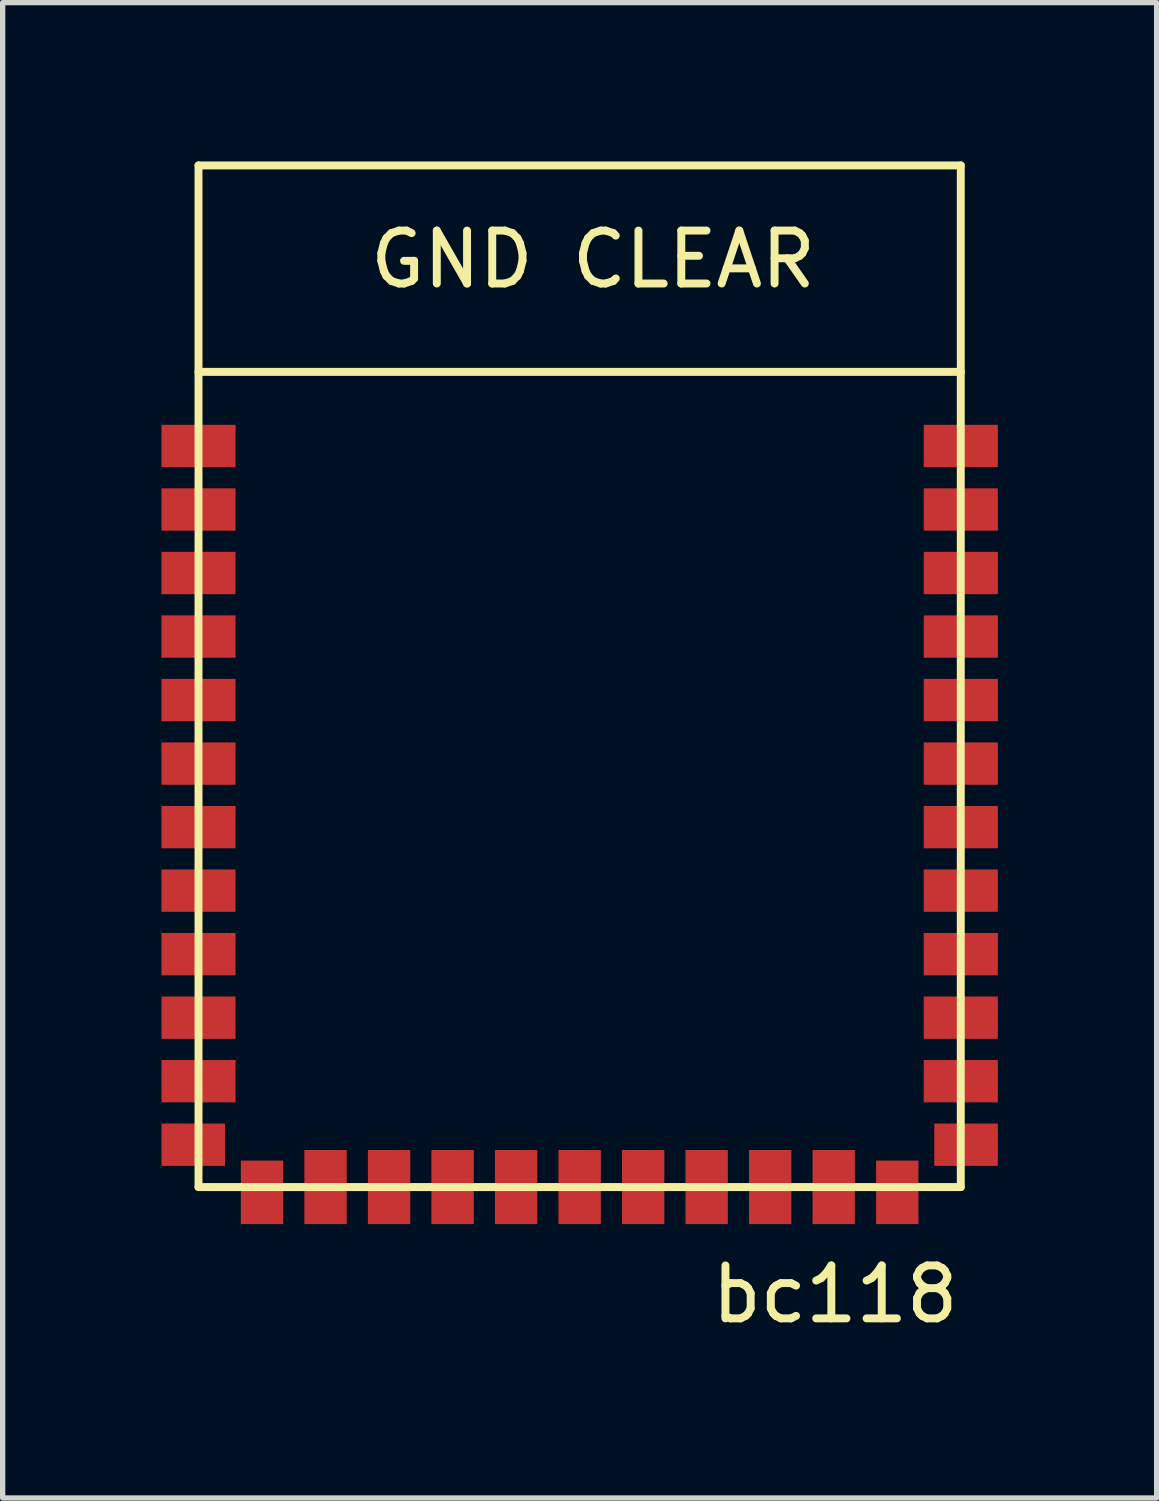
<source format=kicad_pcb>
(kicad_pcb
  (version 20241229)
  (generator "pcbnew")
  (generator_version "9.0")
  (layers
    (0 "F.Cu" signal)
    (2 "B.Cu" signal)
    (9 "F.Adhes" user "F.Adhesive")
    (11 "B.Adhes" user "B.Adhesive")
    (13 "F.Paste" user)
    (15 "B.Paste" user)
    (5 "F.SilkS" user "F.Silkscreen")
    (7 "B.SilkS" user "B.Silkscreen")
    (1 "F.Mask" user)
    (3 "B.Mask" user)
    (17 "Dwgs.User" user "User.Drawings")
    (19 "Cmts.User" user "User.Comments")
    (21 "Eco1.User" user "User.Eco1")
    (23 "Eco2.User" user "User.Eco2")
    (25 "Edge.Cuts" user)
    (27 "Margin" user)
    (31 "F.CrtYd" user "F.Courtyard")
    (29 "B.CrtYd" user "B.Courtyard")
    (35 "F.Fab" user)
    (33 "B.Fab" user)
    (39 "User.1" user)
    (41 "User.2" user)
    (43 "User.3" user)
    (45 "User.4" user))
  (footprint "bc118"
    (layer "F.Cu")
    (at 7.9 9.725)
    (property "Reference" "bc118" (at 4.826 11.676 0) (layer "F.SilkS") (effects (font (size 1 1) (thickness 0.15))))
    (attr through_hole)
    (fp_line (start -7.2 -9.65) (end -7.2 9.65) (stroke (width 0.15) (type solid)) (layer "F.SilkS"))
    (fp_line (start -7.2 -9.65) (end 7.2 -9.65) (stroke (width 0.15) (type solid)) (layer "F.SilkS"))
    (fp_line (start -7.2 -5.75) (end 7.2 -5.75) (stroke (width 0.15) (type solid)) (layer "F.SilkS"))
    (fp_line (start -7.2 9.65) (end 7.2 9.65) (stroke (width 0.15) (type solid)) (layer "F.SilkS"))
    (fp_line (start 7.2 -9.65) (end 7.2 9.65) (stroke (width 0.15) (type solid)) (layer "F.SilkS"))
    (fp_text user "GND CLEAR" (at 0.254 -7.874 0) (layer "F.SilkS") (effects (font (size 1 1) (thickness 0.15))))
    (pad "1" smd rect (at -7.2 -4.35) (size 1.4 0.8) (layers "F.Cu" "F.Mask" "F.Paste"))
    (pad "2" smd rect (at -7.2 -3.15) (size 1.4 0.8) (layers "F.Cu" "F.Mask" "F.Paste"))
    (pad "3" smd rect (at -7.2 -1.95) (size 1.4 0.8) (layers "F.Cu" "F.Mask" "F.Paste"))
    (pad "4" smd rect (at -7.2 -0.75) (size 1.4 0.8) (layers "F.Cu" "F.Mask" "F.Paste"))
    (pad "5" smd rect (at -7.2 0.45) (size 1.4 0.8) (layers "F.Cu" "F.Mask" "F.Paste"))
    (pad "6" smd rect (at -7.2 1.65) (size 1.4 0.8) (layers "F.Cu" "F.Mask" "F.Paste"))
    (pad "7" smd rect (at -7.2 2.85) (size 1.4 0.8) (layers "F.Cu" "F.Mask" "F.Paste"))
    (pad "8" smd rect (at -7.2 4.05) (size 1.4 0.8) (layers "F.Cu" "F.Mask" "F.Paste"))
    (pad "9" smd rect (at -7.2 5.25) (size 1.4 0.8) (layers "F.Cu" "F.Mask" "F.Paste"))
    (pad "10" smd rect (at -7.2 6.45) (size 1.4 0.8) (layers "F.Cu" "F.Mask" "F.Paste"))
    (pad "11" smd rect (at -7.2 7.65) (size 1.4 0.8) (layers "F.Cu" "F.Mask" "F.Paste"))
    (pad "12" smd rect (at -7.3 8.85) (size 1.2 0.8) (layers "F.Cu" "F.Mask" "F.Paste"))
    (pad "13" smd rect (at -6 9.75 90) (size 1.2 0.8) (layers "F.Cu" "F.Mask" "F.Paste"))
    (pad "14" smd rect (at -4.8 9.65 90) (size 1.4 0.8) (layers "F.Cu" "F.Mask" "F.Paste"))
    (pad "15" smd rect (at -3.6 9.65 90) (size 1.4 0.8) (layers "F.Cu" "F.Mask" "F.Paste"))
    (pad "16" smd rect (at -2.4 9.65 90) (size 1.4 0.8) (layers "F.Cu" "F.Mask" "F.Paste"))
    (pad "17" smd rect (at -1.2 9.65 90) (size 1.4 0.8) (layers "F.Cu" "F.Mask" "F.Paste"))
    (pad "18" smd rect (at 0 9.65 90) (size 1.4 0.8) (layers "F.Cu" "F.Mask" "F.Paste"))
    (pad "19" smd rect (at 1.2 9.65 90) (size 1.4 0.8) (layers "F.Cu" "F.Mask" "F.Paste"))
    (pad "20" smd rect (at 2.4 9.65 90) (size 1.4 0.8) (layers "F.Cu" "F.Mask" "F.Paste"))
    (pad "21" smd rect (at 3.6 9.65 90) (size 1.4 0.8) (layers "F.Cu" "F.Mask" "F.Paste"))
    (pad "22" smd rect (at 4.8 9.65 90) (size 1.4 0.8) (layers "F.Cu" "F.Mask" "F.Paste"))
    (pad "23" smd rect (at 6 9.75 90) (size 1.2 0.8) (layers "F.Cu" "F.Mask" "F.Paste"))
    (pad "24" smd rect (at 7.3 8.85) (size 1.2 0.8) (layers "F.Cu" "F.Mask" "F.Paste"))
    (pad "25" smd rect (at 7.2 7.65) (size 1.4 0.8) (layers "F.Cu" "F.Mask" "F.Paste"))
    (pad "26" smd rect (at 7.2 6.45) (size 1.4 0.8) (layers "F.Cu" "F.Mask" "F.Paste"))
    (pad "27" smd rect (at 7.2 5.25) (size 1.4 0.8) (layers "F.Cu" "F.Mask" "F.Paste"))
    (pad "28" smd rect (at 7.2 4.05) (size 1.4 0.8) (layers "F.Cu" "F.Mask" "F.Paste"))
    (pad "29" smd rect (at 7.2 2.85) (size 1.4 0.8) (layers "F.Cu" "F.Mask" "F.Paste"))
    (pad "30" smd rect (at 7.2 1.65) (size 1.4 0.8) (layers "F.Cu" "F.Mask" "F.Paste"))
    (pad "31" smd rect (at 7.2 0.45) (size 1.4 0.8) (layers "F.Cu" "F.Mask" "F.Paste"))
    (pad "32" smd rect (at 7.2 -0.75) (size 1.4 0.8) (layers "F.Cu" "F.Mask" "F.Paste"))
    (pad "33" smd rect (at 7.2 -1.95) (size 1.4 0.8) (layers "F.Cu" "F.Mask" "F.Paste"))
    (pad "34" smd rect (at 7.2 -3.15) (size 1.4 0.8) (layers "F.Cu" "F.Mask" "F.Paste"))
    (pad "35" smd rect (at 7.2 -4.35) (size 1.4 0.8) (layers "F.Cu" "F.Mask" "F.Paste")))
  (gr_rect
    (start -3 -3)
    (end 18.8 25.249)
    (stroke (width 0.1) (type default))
    (fill no)
    (layer "Edge.Cuts")))
</source>
